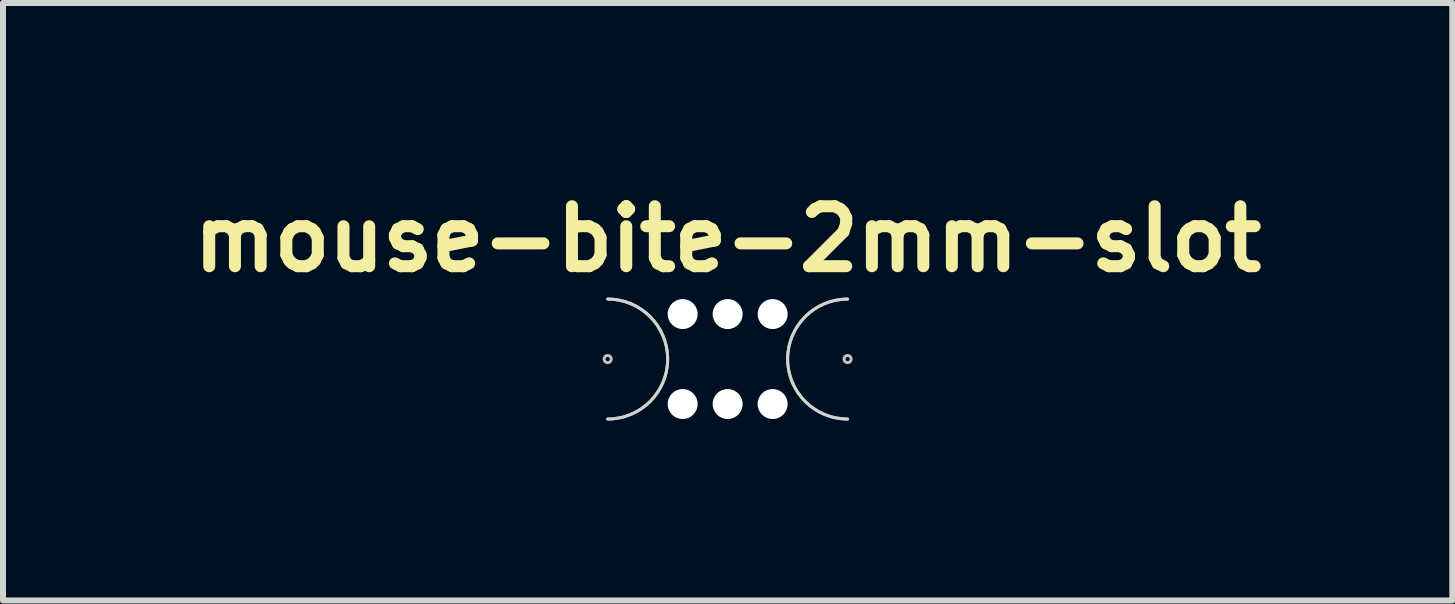
<source format=kicad_pcb>
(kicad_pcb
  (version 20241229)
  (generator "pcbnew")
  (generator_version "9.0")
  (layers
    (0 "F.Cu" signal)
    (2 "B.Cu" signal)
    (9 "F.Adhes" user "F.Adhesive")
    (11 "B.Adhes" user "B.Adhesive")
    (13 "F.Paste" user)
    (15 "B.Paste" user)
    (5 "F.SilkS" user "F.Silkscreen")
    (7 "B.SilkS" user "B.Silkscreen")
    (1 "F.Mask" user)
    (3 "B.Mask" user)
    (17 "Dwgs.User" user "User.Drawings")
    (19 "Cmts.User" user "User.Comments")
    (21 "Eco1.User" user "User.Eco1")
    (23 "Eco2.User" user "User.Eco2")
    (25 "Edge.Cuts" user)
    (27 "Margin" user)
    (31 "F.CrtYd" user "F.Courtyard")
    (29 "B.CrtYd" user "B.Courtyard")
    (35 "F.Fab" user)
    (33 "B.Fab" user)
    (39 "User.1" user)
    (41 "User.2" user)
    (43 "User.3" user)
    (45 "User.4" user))
  (footprint "mouse-bite-2mm-slot"
    (layer "F.Cu")
    (at 9.081 2.936)
    (property "Reference" "mouse-bite-2mm-slot" (at 0 -2 0) (layer "F.SilkS") (effects (font (size 1 1) (thickness 0.2))))
    (attr through_hole board_only exclude_from_bom)
    (fp_circle (center -2 0) (end -2 -0.06) (stroke (width 0.05) (type solid)) (fill no) (layer "Dwgs.User"))
    (fp_circle (center 2 0) (end 2.06 0) (stroke (width 0.05) (type solid)) (fill no) (layer "Dwgs.User"))
    (fp_line (start -2 0) (end -2 0) (stroke (width 2) (type solid)) (layer "Eco1.User"))
    (fp_line (start 2 0) (end 2 0) (stroke (width 2) (type solid)) (layer "Eco1.User"))
    (fp_arc (start -2 -1) (mid -1 0) (end -2 1) (stroke (width 0.05) (type solid)) (layer "Edge.Cuts"))
    (fp_arc (start 2 1) (mid 1 0) (end 2 -1) (stroke (width 0.05) (type solid)) (layer "Edge.Cuts"))
    (fp_arc (start -2 -1) (mid -1 0) (end -2 1) (stroke (width 0.05) (type solid)) (layer "F.Fab"))
    (fp_arc (start 2 1) (mid 1 0) (end 2 -1) (stroke (width 0.05) (type solid)) (layer "F.Fab"))
    (pad "" np_thru_hole circle (at -0.75 -0.75) (size 0.5 0.5) (drill 0.5) (layers "*.Cu" "*.Mask"))
    (pad "" np_thru_hole circle (at -0.75 0.75) (size 0.5 0.5) (drill 0.5) (layers "*.Cu" "*.Mask"))
    (pad "" np_thru_hole circle (at 0 -0.75) (size 0.5 0.5) (drill 0.5) (layers "*.Cu" "*.Mask"))
    (pad "" np_thru_hole circle (at 0 0.75) (size 0.5 0.5) (drill 0.5) (layers "*.Cu" "*.Mask"))
    (pad "" np_thru_hole circle (at 0.75 -0.75) (size 0.5 0.5) (drill 0.5) (layers "*.Cu" "*.Mask"))
    (pad "" np_thru_hole circle (at 0.75 0.75) (size 0.5 0.5) (drill 0.5) (layers "*.Cu" "*.Mask")))
  (gr_rect
    (start -3 -3)
    (end 21.162 6.961)
    (stroke (width 0.1) (type default))
    (fill no)
    (layer "Edge.Cuts")))
</source>
